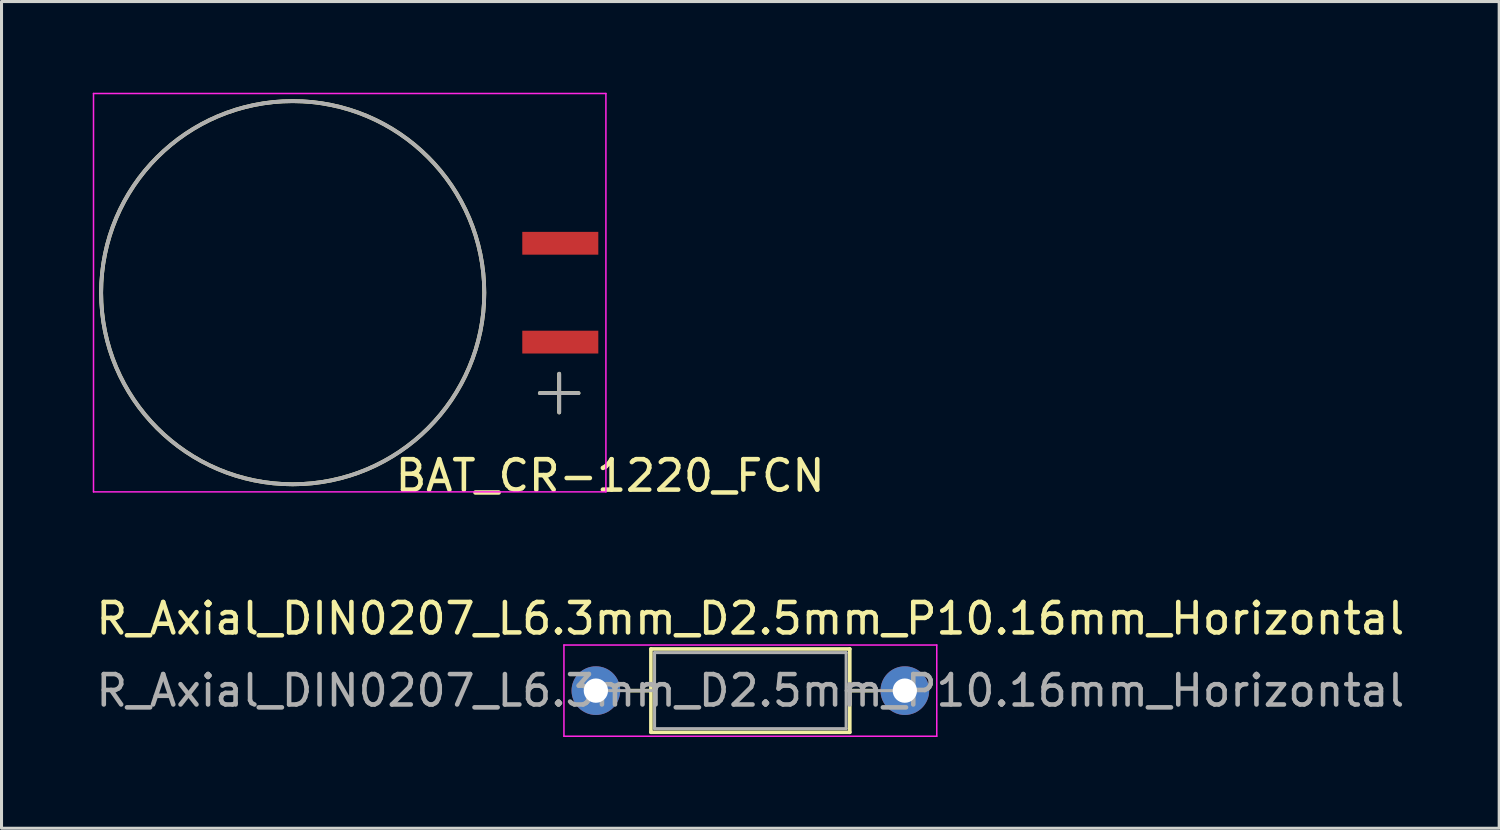
<source format=kicad_pcb>
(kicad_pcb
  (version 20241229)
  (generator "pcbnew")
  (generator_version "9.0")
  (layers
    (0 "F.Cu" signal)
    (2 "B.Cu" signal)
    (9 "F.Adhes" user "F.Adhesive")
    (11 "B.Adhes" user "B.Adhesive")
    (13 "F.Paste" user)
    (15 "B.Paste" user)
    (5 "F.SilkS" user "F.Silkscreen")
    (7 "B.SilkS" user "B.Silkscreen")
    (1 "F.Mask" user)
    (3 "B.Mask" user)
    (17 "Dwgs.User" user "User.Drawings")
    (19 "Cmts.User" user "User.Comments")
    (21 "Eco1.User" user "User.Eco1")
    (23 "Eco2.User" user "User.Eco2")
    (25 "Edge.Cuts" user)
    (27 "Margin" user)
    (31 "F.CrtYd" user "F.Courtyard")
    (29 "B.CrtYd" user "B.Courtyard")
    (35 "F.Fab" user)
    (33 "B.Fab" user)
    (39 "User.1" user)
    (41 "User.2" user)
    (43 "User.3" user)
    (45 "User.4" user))
  (footprint "BAT_CR-1220_FCN"
    (layer "F.Cu")
    (at 6.575 6.575)
    (property "Reference" "BAT_CR-1220_FCN" (at 10.439 6.02 0) (layer "F.SilkS") (effects (font (size 1 1) (thickness 0.15))))
    (attr smd)
    (fp_line (start 8.128 3.302) (end 9.398 3.302) (stroke (width 0.127) (type solid)) (layer "F.SilkS"))
    (fp_line (start 8.763 2.667) (end 8.763 3.937) (stroke (width 0.127) (type solid)) (layer "F.SilkS"))
    (fp_circle (center 0 0) (end 6.3 0) (stroke (width 0.127) (type solid)) (fill no) (layer "F.SilkS"))
    (fp_line (start -6.55 -6.55) (end -6.55 6.55) (stroke (width 0.05) (type solid)) (layer "F.CrtYd"))
    (fp_line (start -6.55 6.55) (end 10.3 6.55) (stroke (width 0.05) (type solid)) (layer "F.CrtYd"))
    (fp_line (start 10.3 -6.55) (end -6.55 -6.55) (stroke (width 0.05) (type solid)) (layer "F.CrtYd"))
    (fp_line (start 10.3 6.55) (end 10.3 -6.55) (stroke (width 0.05) (type solid)) (layer "F.CrtYd"))
    (fp_line (start 8.128 3.302) (end 9.398 3.302) (stroke (width 0.127) (type solid)) (layer "F.Fab"))
    (fp_line (start 8.763 2.667) (end 8.763 3.937) (stroke (width 0.127) (type solid)) (layer "F.Fab"))
    (fp_circle (center 0 0) (end 6.3 0) (stroke (width 0.127) (type solid)) (fill no) (layer "F.Fab"))
    (pad "+" smd rect (at 8.8 1.625 180) (size 2.5 0.75) (layers "F.Cu" "F.Mask" "F.Paste"))
    (pad "-" smd rect (at 8.8 -1.625 180) (size 2.5 0.75) (layers "F.Cu" "F.Mask" "F.Paste")))
  (footprint "R_Axial_DIN0207_L6.3mm_D2.5mm_P10.16mm_Horizontal"
    (layer "F.Cu")
    (at 16.545 19.661)
    (property "Reference" "R_Axial_DIN0207_L6.3mm_D2.5mm_P10.16mm_Horizontal" (at 5.08 -2.37 180) (layer "F.SilkS") (effects (font (size 1 1) (thickness 0.15))))
    (attr through_hole)
    (fp_line (start 1.04 0) (end 1.81 0) (stroke (width 0.12) (type solid)) (layer "F.SilkS"))
    (fp_line (start 1.81 -1.37) (end 1.81 1.37) (stroke (width 0.12) (type solid)) (layer "F.SilkS"))
    (fp_line (start 1.81 1.37) (end 8.35 1.37) (stroke (width 0.12) (type solid)) (layer "F.SilkS"))
    (fp_line (start 8.35 -1.37) (end 1.81 -1.37) (stroke (width 0.12) (type solid)) (layer "F.SilkS"))
    (fp_line (start 8.35 1.37) (end 8.35 -1.37) (stroke (width 0.12) (type solid)) (layer "F.SilkS"))
    (fp_line (start 9.12 0) (end 8.35 0) (stroke (width 0.12) (type solid)) (layer "F.SilkS"))
    (fp_line (start -1.05 -1.5) (end -1.05 1.5) (stroke (width 0.05) (type solid)) (layer "F.CrtYd"))
    (fp_line (start -1.05 1.5) (end 11.21 1.5) (stroke (width 0.05) (type solid)) (layer "F.CrtYd"))
    (fp_line (start 11.21 -1.5) (end -1.05 -1.5) (stroke (width 0.05) (type solid)) (layer "F.CrtYd"))
    (fp_line (start 11.21 1.5) (end 11.21 -1.5) (stroke (width 0.05) (type solid)) (layer "F.CrtYd"))
    (fp_line (start 0 0) (end 1.93 0) (stroke (width 0.1) (type solid)) (layer "F.Fab"))
    (fp_line (start 1.93 -1.25) (end 1.93 1.25) (stroke (width 0.1) (type solid)) (layer "F.Fab"))
    (fp_line (start 1.93 1.25) (end 8.23 1.25) (stroke (width 0.1) (type solid)) (layer "F.Fab"))
    (fp_line (start 8.23 -1.25) (end 1.93 -1.25) (stroke (width 0.1) (type solid)) (layer "F.Fab"))
    (fp_line (start 8.23 1.25) (end 8.23 -1.25) (stroke (width 0.1) (type solid)) (layer "F.Fab"))
    (fp_line (start 10.16 0) (end 8.23 0) (stroke (width 0.1) (type solid)) (layer "F.Fab"))
    (fp_text user "${REFERENCE}" (at 5.08 0 180) (layer "F.Fab") (effects (font (size 1 1) (thickness 0.15))))
    (pad "1" thru_hole circle (at 0 0) (size 1.6 1.6) (drill 0.8) (layers "*.Cu" "*.Mask"))
    (pad "2" thru_hole oval (at 10.16 0) (size 1.6 1.6) (drill 0.8) (layers "*.Cu" "*.Mask")))
  (gr_rect
    (start -3 -3)
    (end 46.25 24.186)
    (stroke (width 0.1) (type default))
    (fill no)
    (layer "Edge.Cuts")))
</source>
